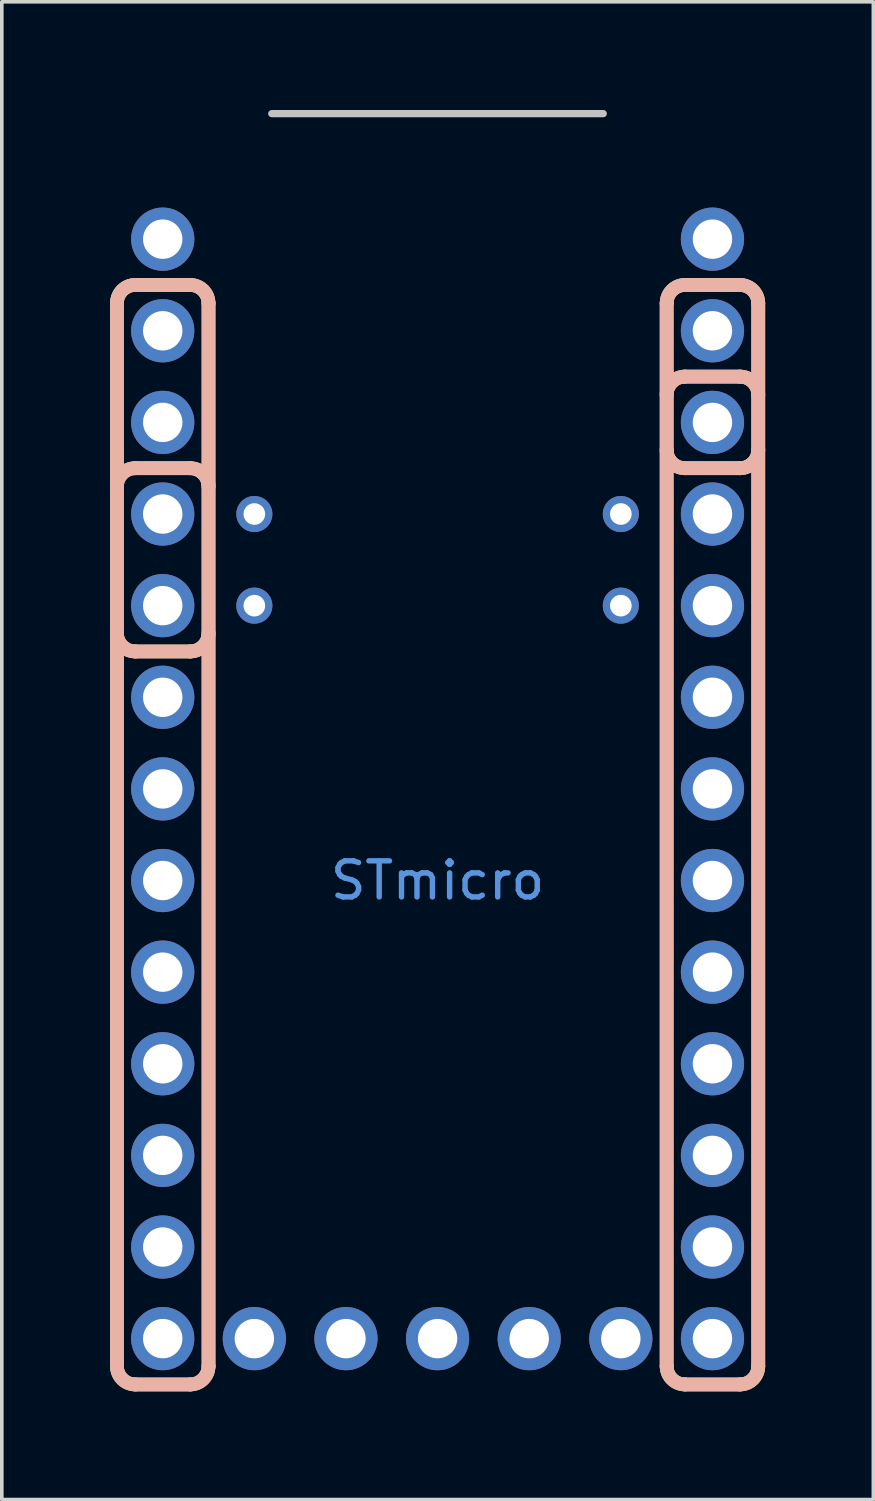
<source format=kicad_pcb>
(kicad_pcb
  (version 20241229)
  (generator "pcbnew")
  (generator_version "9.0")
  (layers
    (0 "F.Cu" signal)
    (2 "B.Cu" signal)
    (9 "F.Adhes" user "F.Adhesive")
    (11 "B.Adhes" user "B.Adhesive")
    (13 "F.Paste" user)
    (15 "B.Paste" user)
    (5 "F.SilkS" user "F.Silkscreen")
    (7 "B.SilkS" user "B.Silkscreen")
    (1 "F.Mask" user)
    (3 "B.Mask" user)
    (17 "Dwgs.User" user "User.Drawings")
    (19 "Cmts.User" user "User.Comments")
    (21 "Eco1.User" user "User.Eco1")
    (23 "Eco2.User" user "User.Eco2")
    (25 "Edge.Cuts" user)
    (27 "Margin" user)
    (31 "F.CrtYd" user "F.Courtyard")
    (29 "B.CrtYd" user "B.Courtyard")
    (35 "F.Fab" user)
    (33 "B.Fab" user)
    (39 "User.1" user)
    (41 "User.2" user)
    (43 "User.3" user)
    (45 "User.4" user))
  (footprint "STmicro"
    (layer "F.Cu")
    (at 9.081 20.09)
    (property "Reference" "STmicro" (at 0 1.27 0) (layer "Cmts.User") (effects (font (size 1 1) (thickness 0.15))))
    (attr through_hole)
    (fp_line (start -8.89 -14.732) (end -8.89 14.732) (stroke (width 0.381) (type solid)) (layer "F.SilkS"))
    (fp_line (start -8.382 15.24) (end -6.858 15.24) (stroke (width 0.381) (type solid)) (layer "F.SilkS"))
    (fp_line (start -6.858 -15.24) (end -8.382 -15.24) (stroke (width 0.381) (type solid)) (layer "F.SilkS"))
    (fp_line (start -6.858 -10.16) (end -8.382 -10.16) (stroke (width 0.381) (type solid)) (layer "F.SilkS"))
    (fp_line (start -6.858 -5.08) (end -8.382 -5.08) (stroke (width 0.381) (type solid)) (layer "F.SilkS"))
    (fp_line (start -6.35 -14.732) (end -6.35 14.732) (stroke (width 0.381) (type solid)) (layer "F.SilkS"))
    (fp_line (start 6.35 -14.732) (end 6.35 14.732) (stroke (width 0.381) (type solid)) (layer "F.SilkS"))
    (fp_line (start 6.858 15.24) (end 8.382 15.24) (stroke (width 0.381) (type solid)) (layer "F.SilkS"))
    (fp_line (start 8.382 -15.24) (end 6.858 -15.24) (stroke (width 0.381) (type solid)) (layer "F.SilkS"))
    (fp_line (start 8.382 -12.7) (end 6.858 -12.7) (stroke (width 0.381) (type solid)) (layer "F.SilkS"))
    (fp_line (start 8.382 -10.16) (end 6.858 -10.16) (stroke (width 0.381) (type solid)) (layer "F.SilkS"))
    (fp_line (start 8.89 14.732) (end 8.89 -14.732) (stroke (width 0.381) (type solid)) (layer "F.SilkS"))
    (fp_arc (start -8.89 -14.732) (mid -8.74121 -15.09121) (end -8.382 -15.24) (stroke (width 0.381) (type solid)) (layer "F.SilkS"))
    (fp_arc (start -8.89 -9.652) (mid -8.74121 -10.01121) (end -8.382 -10.16) (stroke (width 0.381) (type solid)) (layer "F.SilkS"))
    (fp_arc (start -8.382 -5.08) (mid -8.74121 -5.22879) (end -8.89 -5.588) (stroke (width 0.381) (type solid)) (layer "F.SilkS"))
    (fp_arc (start -8.382 15.24) (mid -8.74121 15.09121) (end -8.89 14.732) (stroke (width 0.381) (type solid)) (layer "F.SilkS"))
    (fp_arc (start -6.858 -15.24) (mid -6.49879 -15.09121) (end -6.35 -14.732) (stroke (width 0.381) (type solid)) (layer "F.SilkS"))
    (fp_arc (start -6.858 -10.16) (mid -6.49879 -10.01121) (end -6.35 -9.652) (stroke (width 0.381) (type solid)) (layer "F.SilkS"))
    (fp_arc (start -6.35 -5.588) (mid -6.49879 -5.22879) (end -6.858 -5.08) (stroke (width 0.381) (type solid)) (layer "F.SilkS"))
    (fp_arc (start -6.35 14.732) (mid -6.49879 15.09121) (end -6.858 15.24) (stroke (width 0.381) (type solid)) (layer "F.SilkS"))
    (fp_arc (start 6.35 -14.732) (mid 6.49879 -15.09121) (end 6.858 -15.24) (stroke (width 0.381) (type solid)) (layer "F.SilkS"))
    (fp_arc (start 6.35 -12.192) (mid 6.49879 -12.55121) (end 6.858 -12.7) (stroke (width 0.381) (type solid)) (layer "F.SilkS"))
    (fp_arc (start 6.858 -10.16) (mid 6.49879 -10.30879) (end 6.35 -10.668) (stroke (width 0.381) (type solid)) (layer "F.SilkS"))
    (fp_arc (start 6.858 15.24) (mid 6.49879 15.09121) (end 6.35 14.732) (stroke (width 0.381) (type solid)) (layer "F.SilkS"))
    (fp_arc (start 8.382 -15.24) (mid 8.74121 -15.09121) (end 8.89 -14.732) (stroke (width 0.381) (type solid)) (layer "F.SilkS"))
    (fp_arc (start 8.382 -12.7) (mid 8.74121 -12.55121) (end 8.89 -12.192) (stroke (width 0.381) (type solid)) (layer "F.SilkS"))
    (fp_arc (start 8.89 -10.668) (mid 8.74121 -10.30879) (end 8.382 -10.16) (stroke (width 0.381) (type solid)) (layer "F.SilkS"))
    (fp_arc (start 8.89 14.732) (mid 8.74121 15.09121) (end 8.382 15.24) (stroke (width 0.381) (type solid)) (layer "F.SilkS"))
    (fp_line (start -8.89 14.732) (end -8.89 -14.732) (stroke (width 0.381) (type solid)) (layer "B.SilkS"))
    (fp_line (start -8.382 -15.24) (end -6.858 -15.24) (stroke (width 0.381) (type solid)) (layer "B.SilkS"))
    (fp_line (start -6.858 -10.16) (end -8.382 -10.16) (stroke (width 0.381) (type solid)) (layer "B.SilkS"))
    (fp_line (start -6.858 -5.08) (end -8.382 -5.08) (stroke (width 0.381) (type solid)) (layer "B.SilkS"))
    (fp_line (start -6.858 15.24) (end -8.382 15.24) (stroke (width 0.381) (type solid)) (layer "B.SilkS"))
    (fp_line (start -6.35 -14.732) (end -6.35 14.732) (stroke (width 0.381) (type solid)) (layer "B.SilkS"))
    (fp_line (start 6.35 -14.732) (end 6.35 14.732) (stroke (width 0.381) (type solid)) (layer "B.SilkS"))
    (fp_line (start 6.858 -15.24) (end 8.382 -15.24) (stroke (width 0.381) (type solid)) (layer "B.SilkS"))
    (fp_line (start 8.382 -12.7) (end 6.858 -12.7) (stroke (width 0.381) (type solid)) (layer "B.SilkS"))
    (fp_line (start 8.382 -10.16) (end 6.858 -10.16) (stroke (width 0.381) (type solid)) (layer "B.SilkS"))
    (fp_line (start 8.382 15.24) (end 6.858 15.24) (stroke (width 0.381) (type solid)) (layer "B.SilkS"))
    (fp_line (start 8.89 -14.732) (end 8.89 14.732) (stroke (width 0.381) (type solid)) (layer "B.SilkS"))
    (fp_arc (start -8.89 -14.732) (mid -8.74121 -15.09121) (end -8.382 -15.24) (stroke (width 0.381) (type solid)) (layer "B.SilkS"))
    (fp_arc (start -8.89 -9.652) (mid -8.74121 -10.01121) (end -8.382 -10.16) (stroke (width 0.381) (type solid)) (layer "B.SilkS"))
    (fp_arc (start -8.382 -5.08) (mid -8.74121 -5.22879) (end -8.89 -5.588) (stroke (width 0.381) (type solid)) (layer "B.SilkS"))
    (fp_arc (start -8.382 15.24) (mid -8.74121 15.09121) (end -8.89 14.732) (stroke (width 0.381) (type solid)) (layer "B.SilkS"))
    (fp_arc (start -6.858 -15.24) (mid -6.49879 -15.09121) (end -6.35 -14.732) (stroke (width 0.381) (type solid)) (layer "B.SilkS"))
    (fp_arc (start -6.858 -10.16) (mid -6.49879 -10.01121) (end -6.35 -9.652) (stroke (width 0.381) (type solid)) (layer "B.SilkS"))
    (fp_arc (start -6.35 -5.588) (mid -6.49879 -5.22879) (end -6.858 -5.08) (stroke (width 0.381) (type solid)) (layer "B.SilkS"))
    (fp_arc (start -6.35 14.732) (mid -6.49879 15.09121) (end -6.858 15.24) (stroke (width 0.381) (type solid)) (layer "B.SilkS"))
    (fp_arc (start 6.35 -14.732) (mid 6.49879 -15.09121) (end 6.858 -15.24) (stroke (width 0.381) (type solid)) (layer "B.SilkS"))
    (fp_arc (start 6.35 -12.192) (mid 6.49879 -12.55121) (end 6.858 -12.7) (stroke (width 0.381) (type solid)) (layer "B.SilkS"))
    (fp_arc (start 6.858 -10.16) (mid 6.49879 -10.30879) (end 6.35 -10.668) (stroke (width 0.381) (type solid)) (layer "B.SilkS"))
    (fp_arc (start 6.858 15.24) (mid 6.49879 15.09121) (end 6.35 14.732) (stroke (width 0.381) (type solid)) (layer "B.SilkS"))
    (fp_arc (start 8.382 -15.24) (mid 8.74121 -15.09121) (end 8.89 -14.732) (stroke (width 0.381) (type solid)) (layer "B.SilkS"))
    (fp_arc (start 8.382 -12.7) (mid 8.74121 -12.55121) (end 8.89 -12.192) (stroke (width 0.381) (type solid)) (layer "B.SilkS"))
    (fp_arc (start 8.89 -10.668) (mid 8.74121 -10.30879) (end 8.382 -10.16) (stroke (width 0.381) (type solid)) (layer "B.SilkS"))
    (fp_arc (start 8.89 14.732) (mid 8.74121 15.09121) (end 8.382 15.24) (stroke (width 0.381) (type solid)) (layer "B.SilkS"))
    (fp_line (start -4.597 -19.99) (end 4.593 -19.99) (stroke (width 0.2) (type solid)) (layer "Dwgs.User"))
    (pad "3.3" thru_hole circle (at 5.08 -6.35 180) (size 1 1) (drill 0.6) (layers "*.Cu" "*.Mask"))
    (pad "5V" thru_hole circle (at 7.62 -6.35 270) (size 1.753 1.753) (drill 1.092) (layers "*.Cu" "*.Mask"))
    (pad "A1" thru_hole circle (at 0 13.97) (size 1.753 1.753) (drill 1.092) (layers "*.Cu" "*.Mask"))
    (pad "A2" thru_hole circle (at 2.54 13.97) (size 1.753 1.753) (drill 1.092) (layers "*.Cu" "*.Mask"))
    (pad "A3" thru_hole circle (at 5.08 13.97) (size 1.753 1.753) (drill 1.092) (layers "*.Cu" "*.Mask"))
    (pad "A4" thru_hole circle (at 7.62 13.97 270) (size 1.753 1.753) (drill 1.092) (layers "*.Cu" "*.Mask"))
    (pad "A5" thru_hole circle (at 7.62 6.35 270) (size 1.753 1.753) (drill 1.092) (layers "*.Cu" "*.Mask"))
    (pad "A6" thru_hole circle (at 7.62 8.89 270) (size 1.753 1.753) (drill 1.092) (layers "*.Cu" "*.Mask"))
    (pad "A7" thru_hole circle (at 7.62 11.43 270) (size 1.753 1.753) (drill 1.092) (layers "*.Cu" "*.Mask"))
    (pad "A8" thru_hole circle (at -7.62 -16.51 90) (size 1.753 1.753) (drill 1.092) (layers "*.Cu" "*.Mask"))
    (pad "A9" thru_hole circle (at -7.62 -13.97 90) (size 1.753 1.753) (drill 1.092) (layers "*.Cu" "*.Mask"))
    (pad "A10" thru_hole circle (at -7.62 -11.43 270) (size 1.753 1.753) (drill 1.092) (layers "*.Cu" "*.Mask"))
    (pad "A13" thru_hole circle (at -2.54 13.97) (size 1.753 1.753) (drill 1.092) (layers "*.Cu" "*.Mask"))
    (pad "A14" thru_hole circle (at -5.08 13.97) (size 1.753 1.753) (drill 1.092) (layers "*.Cu" "*.Mask"))
    (pad "A15" thru_hole circle (at -5.08 -6.35 180) (size 1 1) (drill 0.6) (layers "*.Cu" "*.Mask"))
    (pad "B1" thru_hole circle (at -7.62 13.97) (size 1.753 1.753) (drill 1.092) (layers "*.Cu" "*.Mask"))
    (pad "B3" thru_hole circle (at -7.62 1.27 270) (size 1.753 1.753) (drill 1.092) (layers "*.Cu" "*.Mask"))
    (pad "B4" thru_hole circle (at -7.62 3.81 270) (size 1.753 1.753) (drill 1.092) (layers "*.Cu" "*.Mask"))
    (pad "B5" thru_hole circle (at -7.62 6.35 270) (size 1.753 1.753) (drill 1.092) (layers "*.Cu" "*.Mask"))
    (pad "B6" thru_hole circle (at -7.62 -1.27 270) (size 1.753 1.753) (drill 1.092) (layers "*.Cu" "*.Mask"))
    (pad "B7" thru_hole circle (at -7.62 -3.81 270) (size 1.753 1.753) (drill 1.092) (layers "*.Cu" "*.Mask"))
    (pad "B8" thru_hole circle (at -7.62 8.89 270) (size 1.753 1.753) (drill 1.092) (layers "*.Cu" "*.Mask"))
    (pad "B9" thru_hole circle (at -7.62 11.43 270) (size 1.753 1.753) (drill 1.092) (layers "*.Cu" "*.Mask"))
    (pad "B10" thru_hole circle (at 7.62 3.81 270) (size 1.753 1.753) (drill 1.092) (layers "*.Cu" "*.Mask"))
    (pad "B12" thru_hole circle (at 7.62 1.27 270) (size 1.753 1.753) (drill 1.092) (layers "*.Cu" "*.Mask"))
    (pad "B13" thru_hole circle (at 7.62 -1.27 270) (size 1.753 1.753) (drill 1.092) (layers "*.Cu" "*.Mask"))
    (pad "B14" thru_hole circle (at 7.62 -3.81 270) (size 1.753 1.753) (drill 1.092) (layers "*.Cu" "*.Mask"))
    (pad "B15" thru_hole circle (at 7.62 -16.51 90) (size 1.753 1.753) (drill 1.092) (layers "*.Cu" "*.Mask"))
    (pad "BOOT" thru_hole circle (at 7.62 -13.97 270) (size 1.753 1.753) (drill 1.092) (layers "*.Cu" "*.Mask"))
    (pad "D+" thru_hole circle (at -5.08 -8.89 180) (size 1 1) (drill 0.6) (layers "*.Cu" "*.Mask"))
    (pad "D-" thru_hole circle (at 5.08 -8.89) (size 1 1) (drill 0.6) (layers "*.Cu" "*.Mask"))
    (pad "GND" thru_hole circle (at -7.62 -8.89 270) (size 1.753 1.753) (drill 1.092) (layers "*.Cu" "*.Mask"))
    (pad "GND" thru_hole circle (at -7.62 -6.35 270) (size 1.753 1.753) (drill 1.092) (layers "*.Cu" "*.Mask"))
    (pad "GND" thru_hole circle (at 7.62 -11.43 270) (size 1.753 1.753) (drill 1.092) (layers "*.Cu" "*.Mask"))
    (pad "RST" thru_hole circle (at 7.62 -8.89 270) (size 1.753 1.753) (drill 1.092) (layers "*.Cu" "*.Mask")))
  (gr_rect
    (start -3 -3)
    (end 21.161 38.52)
    (stroke (width 0.1) (type default))
    (fill no)
    (layer "Edge.Cuts")))
</source>
